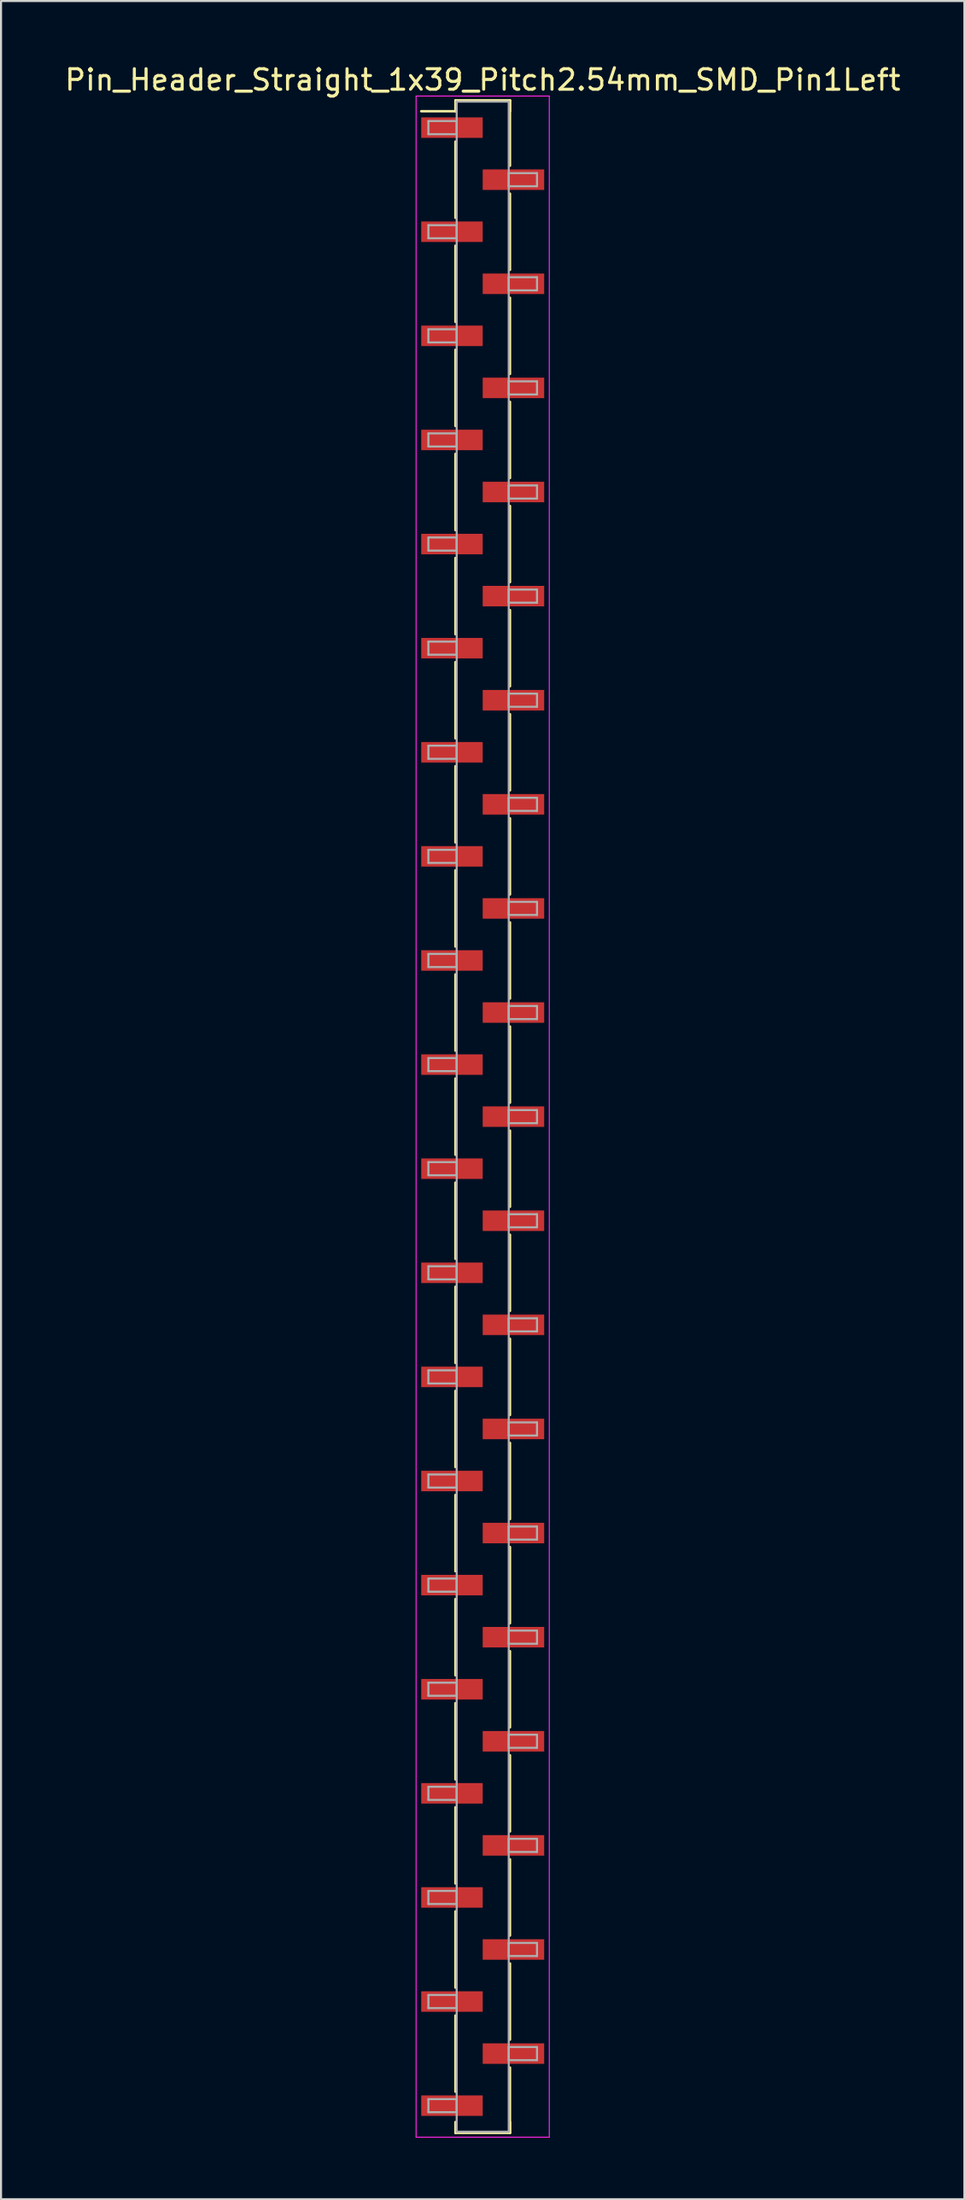
<source format=kicad_pcb>
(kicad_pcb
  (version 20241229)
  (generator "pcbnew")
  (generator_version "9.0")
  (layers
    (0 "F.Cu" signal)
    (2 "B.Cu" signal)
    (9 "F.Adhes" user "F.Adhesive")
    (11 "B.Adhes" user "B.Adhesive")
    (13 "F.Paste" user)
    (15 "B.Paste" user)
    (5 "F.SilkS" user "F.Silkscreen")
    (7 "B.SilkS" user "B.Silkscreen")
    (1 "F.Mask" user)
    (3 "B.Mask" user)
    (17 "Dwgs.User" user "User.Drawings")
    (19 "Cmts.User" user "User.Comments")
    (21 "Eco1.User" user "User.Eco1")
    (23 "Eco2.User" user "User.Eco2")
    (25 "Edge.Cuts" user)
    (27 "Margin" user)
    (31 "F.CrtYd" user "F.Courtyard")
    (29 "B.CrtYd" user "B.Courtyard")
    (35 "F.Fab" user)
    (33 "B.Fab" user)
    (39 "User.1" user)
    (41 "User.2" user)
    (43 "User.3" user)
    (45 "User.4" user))
  (footprint "Pin_Header_Straight_1x39_Pitch2.54mm_SMD_Pin1Left"
    (layer "F.Cu")
    (at 20.506 51.438)
    (property "Reference" "Pin_Header_Straight_1x39_Pitch2.54mm_SMD_Pin1Left" (at 0 -50.59 0) (layer "F.SilkS") (effects (font (size 1 1) (thickness 0.15))))
    (attr smd)
    (fp_line (start -1.33 -49.59) (end 1.33 -49.59) (stroke (width 0.12) (type solid)) (layer "F.SilkS"))
    (fp_line (start -1.33 -49.06) (end -3 -49.06) (stroke (width 0.12) (type solid)) (layer "F.SilkS"))
    (fp_line (start -1.33 -49.06) (end -1.33 -49.59) (stroke (width 0.12) (type solid)) (layer "F.SilkS"))
    (fp_line (start -1.33 -47.58) (end -1.33 -43.86) (stroke (width 0.12) (type solid)) (layer "F.SilkS"))
    (fp_line (start -1.33 -42.5) (end -1.33 -38.78) (stroke (width 0.12) (type solid)) (layer "F.SilkS"))
    (fp_line (start -1.33 -37.42) (end -1.33 -33.7) (stroke (width 0.12) (type solid)) (layer "F.SilkS"))
    (fp_line (start -1.33 -32.34) (end -1.33 -28.62) (stroke (width 0.12) (type solid)) (layer "F.SilkS"))
    (fp_line (start -1.33 -27.26) (end -1.33 -23.54) (stroke (width 0.12) (type solid)) (layer "F.SilkS"))
    (fp_line (start -1.33 -22.18) (end -1.33 -18.46) (stroke (width 0.12) (type solid)) (layer "F.SilkS"))
    (fp_line (start -1.33 -17.1) (end -1.33 -13.38) (stroke (width 0.12) (type solid)) (layer "F.SilkS"))
    (fp_line (start -1.33 -12.02) (end -1.33 -8.3) (stroke (width 0.12) (type solid)) (layer "F.SilkS"))
    (fp_line (start -1.33 -6.94) (end -1.33 -3.22) (stroke (width 0.12) (type solid)) (layer "F.SilkS"))
    (fp_line (start -1.33 -1.86) (end -1.33 1.86) (stroke (width 0.12) (type solid)) (layer "F.SilkS"))
    (fp_line (start -1.33 3.22) (end -1.33 6.94) (stroke (width 0.12) (type solid)) (layer "F.SilkS"))
    (fp_line (start -1.33 8.3) (end -1.33 12.02) (stroke (width 0.12) (type solid)) (layer "F.SilkS"))
    (fp_line (start -1.33 13.38) (end -1.33 17.1) (stroke (width 0.12) (type solid)) (layer "F.SilkS"))
    (fp_line (start -1.33 18.46) (end -1.33 22.18) (stroke (width 0.12) (type solid)) (layer "F.SilkS"))
    (fp_line (start -1.33 23.54) (end -1.33 27.26) (stroke (width 0.12) (type solid)) (layer "F.SilkS"))
    (fp_line (start -1.33 28.62) (end -1.33 32.34) (stroke (width 0.12) (type solid)) (layer "F.SilkS"))
    (fp_line (start -1.33 33.7) (end -1.33 37.42) (stroke (width 0.12) (type solid)) (layer "F.SilkS"))
    (fp_line (start -1.33 38.78) (end -1.33 42.5) (stroke (width 0.12) (type solid)) (layer "F.SilkS"))
    (fp_line (start -1.33 43.86) (end -1.33 47.58) (stroke (width 0.12) (type solid)) (layer "F.SilkS"))
    (fp_line (start -1.33 49.06) (end -1.33 49.59) (stroke (width 0.12) (type solid)) (layer "F.SilkS"))
    (fp_line (start -1.33 49.59) (end 1.33 49.59) (stroke (width 0.12) (type solid)) (layer "F.SilkS"))
    (fp_line (start 1.33 -49.59) (end 1.33 -49.06) (stroke (width 0.12) (type solid)) (layer "F.SilkS"))
    (fp_line (start 1.33 -49.59) (end 1.33 -46.4) (stroke (width 0.12) (type solid)) (layer "F.SilkS"))
    (fp_line (start 1.33 -45.04) (end 1.33 -41.32) (stroke (width 0.12) (type solid)) (layer "F.SilkS"))
    (fp_line (start 1.33 -39.96) (end 1.33 -36.24) (stroke (width 0.12) (type solid)) (layer "F.SilkS"))
    (fp_line (start 1.33 -34.88) (end 1.33 -31.16) (stroke (width 0.12) (type solid)) (layer "F.SilkS"))
    (fp_line (start 1.33 -29.8) (end 1.33 -26.08) (stroke (width 0.12) (type solid)) (layer "F.SilkS"))
    (fp_line (start 1.33 -24.72) (end 1.33 -21) (stroke (width 0.12) (type solid)) (layer "F.SilkS"))
    (fp_line (start 1.33 -19.64) (end 1.33 -15.92) (stroke (width 0.12) (type solid)) (layer "F.SilkS"))
    (fp_line (start 1.33 -14.56) (end 1.33 -10.84) (stroke (width 0.12) (type solid)) (layer "F.SilkS"))
    (fp_line (start 1.33 -9.48) (end 1.33 -5.76) (stroke (width 0.12) (type solid)) (layer "F.SilkS"))
    (fp_line (start 1.33 -4.4) (end 1.33 -0.68) (stroke (width 0.12) (type solid)) (layer "F.SilkS"))
    (fp_line (start 1.33 0.68) (end 1.33 4.4) (stroke (width 0.12) (type solid)) (layer "F.SilkS"))
    (fp_line (start 1.33 5.76) (end 1.33 9.48) (stroke (width 0.12) (type solid)) (layer "F.SilkS"))
    (fp_line (start 1.33 10.84) (end 1.33 14.56) (stroke (width 0.12) (type solid)) (layer "F.SilkS"))
    (fp_line (start 1.33 15.92) (end 1.33 19.64) (stroke (width 0.12) (type solid)) (layer "F.SilkS"))
    (fp_line (start 1.33 21) (end 1.33 24.72) (stroke (width 0.12) (type solid)) (layer "F.SilkS"))
    (fp_line (start 1.33 26.08) (end 1.33 29.8) (stroke (width 0.12) (type solid)) (layer "F.SilkS"))
    (fp_line (start 1.33 31.16) (end 1.33 34.88) (stroke (width 0.12) (type solid)) (layer "F.SilkS"))
    (fp_line (start 1.33 36.24) (end 1.33 39.96) (stroke (width 0.12) (type solid)) (layer "F.SilkS"))
    (fp_line (start 1.33 41.32) (end 1.33 45.04) (stroke (width 0.12) (type solid)) (layer "F.SilkS"))
    (fp_line (start 1.33 46.4) (end 1.33 49.59) (stroke (width 0.12) (type solid)) (layer "F.SilkS"))
    (fp_line (start 1.33 49.59) (end 1.33 49.06) (stroke (width 0.12) (type solid)) (layer "F.SilkS"))
    (fp_line (start -3.25 -49.8) (end -3.25 49.8) (stroke (width 0.05) (type solid)) (layer "F.CrtYd"))
    (fp_line (start -3.25 49.8) (end 3.25 49.8) (stroke (width 0.05) (type solid)) (layer "F.CrtYd"))
    (fp_line (start 3.25 -49.8) (end -3.25 -49.8) (stroke (width 0.05) (type solid)) (layer "F.CrtYd"))
    (fp_line (start 3.25 49.8) (end 3.25 -49.8) (stroke (width 0.05) (type solid)) (layer "F.CrtYd"))
    (fp_line (start -2.65 -48.58) (end -1.27 -48.58) (stroke (width 0.1) (type solid)) (layer "F.Fab"))
    (fp_line (start -2.65 -47.94) (end -2.65 -48.58) (stroke (width 0.1) (type solid)) (layer "F.Fab"))
    (fp_line (start -2.65 -43.5) (end -1.27 -43.5) (stroke (width 0.1) (type solid)) (layer "F.Fab"))
    (fp_line (start -2.65 -42.86) (end -2.65 -43.5) (stroke (width 0.1) (type solid)) (layer "F.Fab"))
    (fp_line (start -2.65 -38.42) (end -1.27 -38.42) (stroke (width 0.1) (type solid)) (layer "F.Fab"))
    (fp_line (start -2.65 -37.78) (end -2.65 -38.42) (stroke (width 0.1) (type solid)) (layer "F.Fab"))
    (fp_line (start -2.65 -33.34) (end -1.27 -33.34) (stroke (width 0.1) (type solid)) (layer "F.Fab"))
    (fp_line (start -2.65 -32.7) (end -2.65 -33.34) (stroke (width 0.1) (type solid)) (layer "F.Fab"))
    (fp_line (start -2.65 -28.26) (end -1.27 -28.26) (stroke (width 0.1) (type solid)) (layer "F.Fab"))
    (fp_line (start -2.65 -27.62) (end -2.65 -28.26) (stroke (width 0.1) (type solid)) (layer "F.Fab"))
    (fp_line (start -2.65 -23.18) (end -1.27 -23.18) (stroke (width 0.1) (type solid)) (layer "F.Fab"))
    (fp_line (start -2.65 -22.54) (end -2.65 -23.18) (stroke (width 0.1) (type solid)) (layer "F.Fab"))
    (fp_line (start -2.65 -18.1) (end -1.27 -18.1) (stroke (width 0.1) (type solid)) (layer "F.Fab"))
    (fp_line (start -2.65 -17.46) (end -2.65 -18.1) (stroke (width 0.1) (type solid)) (layer "F.Fab"))
    (fp_line (start -2.65 -13.02) (end -1.27 -13.02) (stroke (width 0.1) (type solid)) (layer "F.Fab"))
    (fp_line (start -2.65 -12.38) (end -2.65 -13.02) (stroke (width 0.1) (type solid)) (layer "F.Fab"))
    (fp_line (start -2.65 -7.94) (end -1.27 -7.94) (stroke (width 0.1) (type solid)) (layer "F.Fab"))
    (fp_line (start -2.65 -7.3) (end -2.65 -7.94) (stroke (width 0.1) (type solid)) (layer "F.Fab"))
    (fp_line (start -2.65 -2.86) (end -1.27 -2.86) (stroke (width 0.1) (type solid)) (layer "F.Fab"))
    (fp_line (start -2.65 -2.22) (end -2.65 -2.86) (stroke (width 0.1) (type solid)) (layer "F.Fab"))
    (fp_line (start -2.65 2.22) (end -1.27 2.22) (stroke (width 0.1) (type solid)) (layer "F.Fab"))
    (fp_line (start -2.65 2.86) (end -2.65 2.22) (stroke (width 0.1) (type solid)) (layer "F.Fab"))
    (fp_line (start -2.65 7.3) (end -1.27 7.3) (stroke (width 0.1) (type solid)) (layer "F.Fab"))
    (fp_line (start -2.65 7.94) (end -2.65 7.3) (stroke (width 0.1) (type solid)) (layer "F.Fab"))
    (fp_line (start -2.65 12.38) (end -1.27 12.38) (stroke (width 0.1) (type solid)) (layer "F.Fab"))
    (fp_line (start -2.65 13.02) (end -2.65 12.38) (stroke (width 0.1) (type solid)) (layer "F.Fab"))
    (fp_line (start -2.65 17.46) (end -1.27 17.46) (stroke (width 0.1) (type solid)) (layer "F.Fab"))
    (fp_line (start -2.65 18.1) (end -2.65 17.46) (stroke (width 0.1) (type solid)) (layer "F.Fab"))
    (fp_line (start -2.65 22.54) (end -1.27 22.54) (stroke (width 0.1) (type solid)) (layer "F.Fab"))
    (fp_line (start -2.65 23.18) (end -2.65 22.54) (stroke (width 0.1) (type solid)) (layer "F.Fab"))
    (fp_line (start -2.65 27.62) (end -1.27 27.62) (stroke (width 0.1) (type solid)) (layer "F.Fab"))
    (fp_line (start -2.65 28.26) (end -2.65 27.62) (stroke (width 0.1) (type solid)) (layer "F.Fab"))
    (fp_line (start -2.65 32.7) (end -1.27 32.7) (stroke (width 0.1) (type solid)) (layer "F.Fab"))
    (fp_line (start -2.65 33.34) (end -2.65 32.7) (stroke (width 0.1) (type solid)) (layer "F.Fab"))
    (fp_line (start -2.65 37.78) (end -1.27 37.78) (stroke (width 0.1) (type solid)) (layer "F.Fab"))
    (fp_line (start -2.65 38.42) (end -2.65 37.78) (stroke (width 0.1) (type solid)) (layer "F.Fab"))
    (fp_line (start -2.65 42.86) (end -1.27 42.86) (stroke (width 0.1) (type solid)) (layer "F.Fab"))
    (fp_line (start -2.65 43.5) (end -2.65 42.86) (stroke (width 0.1) (type solid)) (layer "F.Fab"))
    (fp_line (start -2.65 47.94) (end -1.27 47.94) (stroke (width 0.1) (type solid)) (layer "F.Fab"))
    (fp_line (start -2.65 48.58) (end -2.65 47.94) (stroke (width 0.1) (type solid)) (layer "F.Fab"))
    (fp_line (start -1.27 -49.53) (end -1.27 49.53) (stroke (width 0.1) (type solid)) (layer "F.Fab"))
    (fp_line (start -1.27 -48.58) (end -1.27 -47.94) (stroke (width 0.1) (type solid)) (layer "F.Fab"))
    (fp_line (start -1.27 -47.94) (end -2.65 -47.94) (stroke (width 0.1) (type solid)) (layer "F.Fab"))
    (fp_line (start -1.27 -43.5) (end -1.27 -42.86) (stroke (width 0.1) (type solid)) (layer "F.Fab"))
    (fp_line (start -1.27 -42.86) (end -2.65 -42.86) (stroke (width 0.1) (type solid)) (layer "F.Fab"))
    (fp_line (start -1.27 -38.42) (end -1.27 -37.78) (stroke (width 0.1) (type solid)) (layer "F.Fab"))
    (fp_line (start -1.27 -37.78) (end -2.65 -37.78) (stroke (width 0.1) (type solid)) (layer "F.Fab"))
    (fp_line (start -1.27 -33.34) (end -1.27 -32.7) (stroke (width 0.1) (type solid)) (layer "F.Fab"))
    (fp_line (start -1.27 -32.7) (end -2.65 -32.7) (stroke (width 0.1) (type solid)) (layer "F.Fab"))
    (fp_line (start -1.27 -28.26) (end -1.27 -27.62) (stroke (width 0.1) (type solid)) (layer "F.Fab"))
    (fp_line (start -1.27 -27.62) (end -2.65 -27.62) (stroke (width 0.1) (type solid)) (layer "F.Fab"))
    (fp_line (start -1.27 -23.18) (end -1.27 -22.54) (stroke (width 0.1) (type solid)) (layer "F.Fab"))
    (fp_line (start -1.27 -22.54) (end -2.65 -22.54) (stroke (width 0.1) (type solid)) (layer "F.Fab"))
    (fp_line (start -1.27 -18.1) (end -1.27 -17.46) (stroke (width 0.1) (type solid)) (layer "F.Fab"))
    (fp_line (start -1.27 -17.46) (end -2.65 -17.46) (stroke (width 0.1) (type solid)) (layer "F.Fab"))
    (fp_line (start -1.27 -13.02) (end -1.27 -12.38) (stroke (width 0.1) (type solid)) (layer "F.Fab"))
    (fp_line (start -1.27 -12.38) (end -2.65 -12.38) (stroke (width 0.1) (type solid)) (layer "F.Fab"))
    (fp_line (start -1.27 -7.94) (end -1.27 -7.3) (stroke (width 0.1) (type solid)) (layer "F.Fab"))
    (fp_line (start -1.27 -7.3) (end -2.65 -7.3) (stroke (width 0.1) (type solid)) (layer "F.Fab"))
    (fp_line (start -1.27 -2.86) (end -1.27 -2.22) (stroke (width 0.1) (type solid)) (layer "F.Fab"))
    (fp_line (start -1.27 -2.22) (end -2.65 -2.22) (stroke (width 0.1) (type solid)) (layer "F.Fab"))
    (fp_line (start -1.27 2.22) (end -1.27 2.86) (stroke (width 0.1) (type solid)) (layer "F.Fab"))
    (fp_line (start -1.27 2.86) (end -2.65 2.86) (stroke (width 0.1) (type solid)) (layer "F.Fab"))
    (fp_line (start -1.27 7.3) (end -1.27 7.94) (stroke (width 0.1) (type solid)) (layer "F.Fab"))
    (fp_line (start -1.27 7.94) (end -2.65 7.94) (stroke (width 0.1) (type solid)) (layer "F.Fab"))
    (fp_line (start -1.27 12.38) (end -1.27 13.02) (stroke (width 0.1) (type solid)) (layer "F.Fab"))
    (fp_line (start -1.27 13.02) (end -2.65 13.02) (stroke (width 0.1) (type solid)) (layer "F.Fab"))
    (fp_line (start -1.27 17.46) (end -1.27 18.1) (stroke (width 0.1) (type solid)) (layer "F.Fab"))
    (fp_line (start -1.27 18.1) (end -2.65 18.1) (stroke (width 0.1) (type solid)) (layer "F.Fab"))
    (fp_line (start -1.27 22.54) (end -1.27 23.18) (stroke (width 0.1) (type solid)) (layer "F.Fab"))
    (fp_line (start -1.27 23.18) (end -2.65 23.18) (stroke (width 0.1) (type solid)) (layer "F.Fab"))
    (fp_line (start -1.27 27.62) (end -1.27 28.26) (stroke (width 0.1) (type solid)) (layer "F.Fab"))
    (fp_line (start -1.27 28.26) (end -2.65 28.26) (stroke (width 0.1) (type solid)) (layer "F.Fab"))
    (fp_line (start -1.27 32.7) (end -1.27 33.34) (stroke (width 0.1) (type solid)) (layer "F.Fab"))
    (fp_line (start -1.27 33.34) (end -2.65 33.34) (stroke (width 0.1) (type solid)) (layer "F.Fab"))
    (fp_line (start -1.27 37.78) (end -1.27 38.42) (stroke (width 0.1) (type solid)) (layer "F.Fab"))
    (fp_line (start -1.27 38.42) (end -2.65 38.42) (stroke (width 0.1) (type solid)) (layer "F.Fab"))
    (fp_line (start -1.27 42.86) (end -1.27 43.5) (stroke (width 0.1) (type solid)) (layer "F.Fab"))
    (fp_line (start -1.27 43.5) (end -2.65 43.5) (stroke (width 0.1) (type solid)) (layer "F.Fab"))
    (fp_line (start -1.27 47.94) (end -1.27 48.58) (stroke (width 0.1) (type solid)) (layer "F.Fab"))
    (fp_line (start -1.27 48.58) (end -2.65 48.58) (stroke (width 0.1) (type solid)) (layer "F.Fab"))
    (fp_line (start -1.27 49.53) (end 1.27 49.53) (stroke (width 0.1) (type solid)) (layer "F.Fab"))
    (fp_line (start 1.27 -49.53) (end -1.27 -49.53) (stroke (width 0.1) (type solid)) (layer "F.Fab"))
    (fp_line (start 1.27 -46.04) (end 1.27 -45.4) (stroke (width 0.1) (type solid)) (layer "F.Fab"))
    (fp_line (start 1.27 -45.4) (end 2.65 -45.4) (stroke (width 0.1) (type solid)) (layer "F.Fab"))
    (fp_line (start 1.27 -40.96) (end 1.27 -40.32) (stroke (width 0.1) (type solid)) (layer "F.Fab"))
    (fp_line (start 1.27 -40.32) (end 2.65 -40.32) (stroke (width 0.1) (type solid)) (layer "F.Fab"))
    (fp_line (start 1.27 -35.88) (end 1.27 -35.24) (stroke (width 0.1) (type solid)) (layer "F.Fab"))
    (fp_line (start 1.27 -35.24) (end 2.65 -35.24) (stroke (width 0.1) (type solid)) (layer "F.Fab"))
    (fp_line (start 1.27 -30.8) (end 1.27 -30.16) (stroke (width 0.1) (type solid)) (layer "F.Fab"))
    (fp_line (start 1.27 -30.16) (end 2.65 -30.16) (stroke (width 0.1) (type solid)) (layer "F.Fab"))
    (fp_line (start 1.27 -25.72) (end 1.27 -25.08) (stroke (width 0.1) (type solid)) (layer "F.Fab"))
    (fp_line (start 1.27 -25.08) (end 2.65 -25.08) (stroke (width 0.1) (type solid)) (layer "F.Fab"))
    (fp_line (start 1.27 -20.64) (end 1.27 -20) (stroke (width 0.1) (type solid)) (layer "F.Fab"))
    (fp_line (start 1.27 -20) (end 2.65 -20) (stroke (width 0.1) (type solid)) (layer "F.Fab"))
    (fp_line (start 1.27 -15.56) (end 1.27 -14.92) (stroke (width 0.1) (type solid)) (layer "F.Fab"))
    (fp_line (start 1.27 -14.92) (end 2.65 -14.92) (stroke (width 0.1) (type solid)) (layer "F.Fab"))
    (fp_line (start 1.27 -10.48) (end 1.27 -9.84) (stroke (width 0.1) (type solid)) (layer "F.Fab"))
    (fp_line (start 1.27 -9.84) (end 2.65 -9.84) (stroke (width 0.1) (type solid)) (layer "F.Fab"))
    (fp_line (start 1.27 -5.4) (end 1.27 -4.76) (stroke (width 0.1) (type solid)) (layer "F.Fab"))
    (fp_line (start 1.27 -4.76) (end 2.65 -4.76) (stroke (width 0.1) (type solid)) (layer "F.Fab"))
    (fp_line (start 1.27 -0.32) (end 1.27 0.32) (stroke (width 0.1) (type solid)) (layer "F.Fab"))
    (fp_line (start 1.27 0.32) (end 2.65 0.32) (stroke (width 0.1) (type solid)) (layer "F.Fab"))
    (fp_line (start 1.27 4.76) (end 1.27 5.4) (stroke (width 0.1) (type solid)) (layer "F.Fab"))
    (fp_line (start 1.27 5.4) (end 2.65 5.4) (stroke (width 0.1) (type solid)) (layer "F.Fab"))
    (fp_line (start 1.27 9.84) (end 1.27 10.48) (stroke (width 0.1) (type solid)) (layer "F.Fab"))
    (fp_line (start 1.27 10.48) (end 2.65 10.48) (stroke (width 0.1) (type solid)) (layer "F.Fab"))
    (fp_line (start 1.27 14.92) (end 1.27 15.56) (stroke (width 0.1) (type solid)) (layer "F.Fab"))
    (fp_line (start 1.27 15.56) (end 2.65 15.56) (stroke (width 0.1) (type solid)) (layer "F.Fab"))
    (fp_line (start 1.27 20) (end 1.27 20.64) (stroke (width 0.1) (type solid)) (layer "F.Fab"))
    (fp_line (start 1.27 20.64) (end 2.65 20.64) (stroke (width 0.1) (type solid)) (layer "F.Fab"))
    (fp_line (start 1.27 25.08) (end 1.27 25.72) (stroke (width 0.1) (type solid)) (layer "F.Fab"))
    (fp_line (start 1.27 25.72) (end 2.65 25.72) (stroke (width 0.1) (type solid)) (layer "F.Fab"))
    (fp_line (start 1.27 30.16) (end 1.27 30.8) (stroke (width 0.1) (type solid)) (layer "F.Fab"))
    (fp_line (start 1.27 30.8) (end 2.65 30.8) (stroke (width 0.1) (type solid)) (layer "F.Fab"))
    (fp_line (start 1.27 35.24) (end 1.27 35.88) (stroke (width 0.1) (type solid)) (layer "F.Fab"))
    (fp_line (start 1.27 35.88) (end 2.65 35.88) (stroke (width 0.1) (type solid)) (layer "F.Fab"))
    (fp_line (start 1.27 40.32) (end 1.27 40.96) (stroke (width 0.1) (type solid)) (layer "F.Fab"))
    (fp_line (start 1.27 40.96) (end 2.65 40.96) (stroke (width 0.1) (type solid)) (layer "F.Fab"))
    (fp_line (start 1.27 45.4) (end 1.27 46.04) (stroke (width 0.1) (type solid)) (layer "F.Fab"))
    (fp_line (start 1.27 46.04) (end 2.65 46.04) (stroke (width 0.1) (type solid)) (layer "F.Fab"))
    (fp_line (start 1.27 49.53) (end 1.27 -49.53) (stroke (width 0.1) (type solid)) (layer "F.Fab"))
    (fp_line (start 2.65 -46.04) (end 1.27 -46.04) (stroke (width 0.1) (type solid)) (layer "F.Fab"))
    (fp_line (start 2.65 -45.4) (end 2.65 -46.04) (stroke (width 0.1) (type solid)) (layer "F.Fab"))
    (fp_line (start 2.65 -40.96) (end 1.27 -40.96) (stroke (width 0.1) (type solid)) (layer "F.Fab"))
    (fp_line (start 2.65 -40.32) (end 2.65 -40.96) (stroke (width 0.1) (type solid)) (layer "F.Fab"))
    (fp_line (start 2.65 -35.88) (end 1.27 -35.88) (stroke (width 0.1) (type solid)) (layer "F.Fab"))
    (fp_line (start 2.65 -35.24) (end 2.65 -35.88) (stroke (width 0.1) (type solid)) (layer "F.Fab"))
    (fp_line (start 2.65 -30.8) (end 1.27 -30.8) (stroke (width 0.1) (type solid)) (layer "F.Fab"))
    (fp_line (start 2.65 -30.16) (end 2.65 -30.8) (stroke (width 0.1) (type solid)) (layer "F.Fab"))
    (fp_line (start 2.65 -25.72) (end 1.27 -25.72) (stroke (width 0.1) (type solid)) (layer "F.Fab"))
    (fp_line (start 2.65 -25.08) (end 2.65 -25.72) (stroke (width 0.1) (type solid)) (layer "F.Fab"))
    (fp_line (start 2.65 -20.64) (end 1.27 -20.64) (stroke (width 0.1) (type solid)) (layer "F.Fab"))
    (fp_line (start 2.65 -20) (end 2.65 -20.64) (stroke (width 0.1) (type solid)) (layer "F.Fab"))
    (fp_line (start 2.65 -15.56) (end 1.27 -15.56) (stroke (width 0.1) (type solid)) (layer "F.Fab"))
    (fp_line (start 2.65 -14.92) (end 2.65 -15.56) (stroke (width 0.1) (type solid)) (layer "F.Fab"))
    (fp_line (start 2.65 -10.48) (end 1.27 -10.48) (stroke (width 0.1) (type solid)) (layer "F.Fab"))
    (fp_line (start 2.65 -9.84) (end 2.65 -10.48) (stroke (width 0.1) (type solid)) (layer "F.Fab"))
    (fp_line (start 2.65 -5.4) (end 1.27 -5.4) (stroke (width 0.1) (type solid)) (layer "F.Fab"))
    (fp_line (start 2.65 -4.76) (end 2.65 -5.4) (stroke (width 0.1) (type solid)) (layer "F.Fab"))
    (fp_line (start 2.65 -0.32) (end 1.27 -0.32) (stroke (width 0.1) (type solid)) (layer "F.Fab"))
    (fp_line (start 2.65 0.32) (end 2.65 -0.32) (stroke (width 0.1) (type solid)) (layer "F.Fab"))
    (fp_line (start 2.65 4.76) (end 1.27 4.76) (stroke (width 0.1) (type solid)) (layer "F.Fab"))
    (fp_line (start 2.65 5.4) (end 2.65 4.76) (stroke (width 0.1) (type solid)) (layer "F.Fab"))
    (fp_line (start 2.65 9.84) (end 1.27 9.84) (stroke (width 0.1) (type solid)) (layer "F.Fab"))
    (fp_line (start 2.65 10.48) (end 2.65 9.84) (stroke (width 0.1) (type solid)) (layer "F.Fab"))
    (fp_line (start 2.65 14.92) (end 1.27 14.92) (stroke (width 0.1) (type solid)) (layer "F.Fab"))
    (fp_line (start 2.65 15.56) (end 2.65 14.92) (stroke (width 0.1) (type solid)) (layer "F.Fab"))
    (fp_line (start 2.65 20) (end 1.27 20) (stroke (width 0.1) (type solid)) (layer "F.Fab"))
    (fp_line (start 2.65 20.64) (end 2.65 20) (stroke (width 0.1) (type solid)) (layer "F.Fab"))
    (fp_line (start 2.65 25.08) (end 1.27 25.08) (stroke (width 0.1) (type solid)) (layer "F.Fab"))
    (fp_line (start 2.65 25.72) (end 2.65 25.08) (stroke (width 0.1) (type solid)) (layer "F.Fab"))
    (fp_line (start 2.65 30.16) (end 1.27 30.16) (stroke (width 0.1) (type solid)) (layer "F.Fab"))
    (fp_line (start 2.65 30.8) (end 2.65 30.16) (stroke (width 0.1) (type solid)) (layer "F.Fab"))
    (fp_line (start 2.65 35.24) (end 1.27 35.24) (stroke (width 0.1) (type solid)) (layer "F.Fab"))
    (fp_line (start 2.65 35.88) (end 2.65 35.24) (stroke (width 0.1) (type solid)) (layer "F.Fab"))
    (fp_line (start 2.65 40.32) (end 1.27 40.32) (stroke (width 0.1) (type solid)) (layer "F.Fab"))
    (fp_line (start 2.65 40.96) (end 2.65 40.32) (stroke (width 0.1) (type solid)) (layer "F.Fab"))
    (fp_line (start 2.65 45.4) (end 1.27 45.4) (stroke (width 0.1) (type solid)) (layer "F.Fab"))
    (fp_line (start 2.65 46.04) (end 2.65 45.4) (stroke (width 0.1) (type solid)) (layer "F.Fab"))
    (pad "1" smd rect (at -1.5 -48.26) (size 3 1) (layers "F.Cu" "F.Mask"))
    (pad "2" smd rect (at 1.5 -45.72) (size 3 1) (layers "F.Cu" "F.Mask"))
    (pad "3" smd rect (at -1.5 -43.18) (size 3 1) (layers "F.Cu" "F.Mask"))
    (pad "4" smd rect (at 1.5 -40.64) (size 3 1) (layers "F.Cu" "F.Mask"))
    (pad "5" smd rect (at -1.5 -38.1) (size 3 1) (layers "F.Cu" "F.Mask"))
    (pad "6" smd rect (at 1.5 -35.56) (size 3 1) (layers "F.Cu" "F.Mask"))
    (pad "7" smd rect (at -1.5 -33.02) (size 3 1) (layers "F.Cu" "F.Mask"))
    (pad "8" smd rect (at 1.5 -30.48) (size 3 1) (layers "F.Cu" "F.Mask"))
    (pad "9" smd rect (at -1.5 -27.94) (size 3 1) (layers "F.Cu" "F.Mask"))
    (pad "10" smd rect (at 1.5 -25.4) (size 3 1) (layers "F.Cu" "F.Mask"))
    (pad "11" smd rect (at -1.5 -22.86) (size 3 1) (layers "F.Cu" "F.Mask"))
    (pad "12" smd rect (at 1.5 -20.32) (size 3 1) (layers "F.Cu" "F.Mask"))
    (pad "13" smd rect (at -1.5 -17.78) (size 3 1) (layers "F.Cu" "F.Mask"))
    (pad "14" smd rect (at 1.5 -15.24) (size 3 1) (layers "F.Cu" "F.Mask"))
    (pad "15" smd rect (at -1.5 -12.7) (size 3 1) (layers "F.Cu" "F.Mask"))
    (pad "16" smd rect (at 1.5 -10.16) (size 3 1) (layers "F.Cu" "F.Mask"))
    (pad "17" smd rect (at -1.5 -7.62) (size 3 1) (layers "F.Cu" "F.Mask"))
    (pad "18" smd rect (at 1.5 -5.08) (size 3 1) (layers "F.Cu" "F.Mask"))
    (pad "19" smd rect (at -1.5 -2.54) (size 3 1) (layers "F.Cu" "F.Mask"))
    (pad "20" smd rect (at 1.5 0) (size 3 1) (layers "F.Cu" "F.Mask"))
    (pad "21" smd rect (at -1.5 2.54) (size 3 1) (layers "F.Cu" "F.Mask"))
    (pad "22" smd rect (at 1.5 5.08) (size 3 1) (layers "F.Cu" "F.Mask"))
    (pad "23" smd rect (at -1.5 7.62) (size 3 1) (layers "F.Cu" "F.Mask"))
    (pad "24" smd rect (at 1.5 10.16) (size 3 1) (layers "F.Cu" "F.Mask"))
    (pad "25" smd rect (at -1.5 12.7) (size 3 1) (layers "F.Cu" "F.Mask"))
    (pad "26" smd rect (at 1.5 15.24) (size 3 1) (layers "F.Cu" "F.Mask"))
    (pad "27" smd rect (at -1.5 17.78) (size 3 1) (layers "F.Cu" "F.Mask"))
    (pad "28" smd rect (at 1.5 20.32) (size 3 1) (layers "F.Cu" "F.Mask"))
    (pad "29" smd rect (at -1.5 22.86) (size 3 1) (layers "F.Cu" "F.Mask"))
    (pad "30" smd rect (at 1.5 25.4) (size 3 1) (layers "F.Cu" "F.Mask"))
    (pad "31" smd rect (at -1.5 27.94) (size 3 1) (layers "F.Cu" "F.Mask"))
    (pad "32" smd rect (at 1.5 30.48) (size 3 1) (layers "F.Cu" "F.Mask"))
    (pad "33" smd rect (at -1.5 33.02) (size 3 1) (layers "F.Cu" "F.Mask"))
    (pad "34" smd rect (at 1.5 35.56) (size 3 1) (layers "F.Cu" "F.Mask"))
    (pad "35" smd rect (at -1.5 38.1) (size 3 1) (layers "F.Cu" "F.Mask"))
    (pad "36" smd rect (at 1.5 40.64) (size 3 1) (layers "F.Cu" "F.Mask"))
    (pad "37" smd rect (at -1.5 43.18) (size 3 1) (layers "F.Cu" "F.Mask"))
    (pad "38" smd rect (at 1.5 45.72) (size 3 1) (layers "F.Cu" "F.Mask"))
    (pad "39" smd rect (at -1.5 48.26) (size 3 1) (layers "F.Cu" "F.Mask")))
  (gr_rect
    (start -3 -3)
    (end 44.012 104.263)
    (stroke (width 0.1) (type default))
    (fill no)
    (layer "Edge.Cuts")))
</source>
